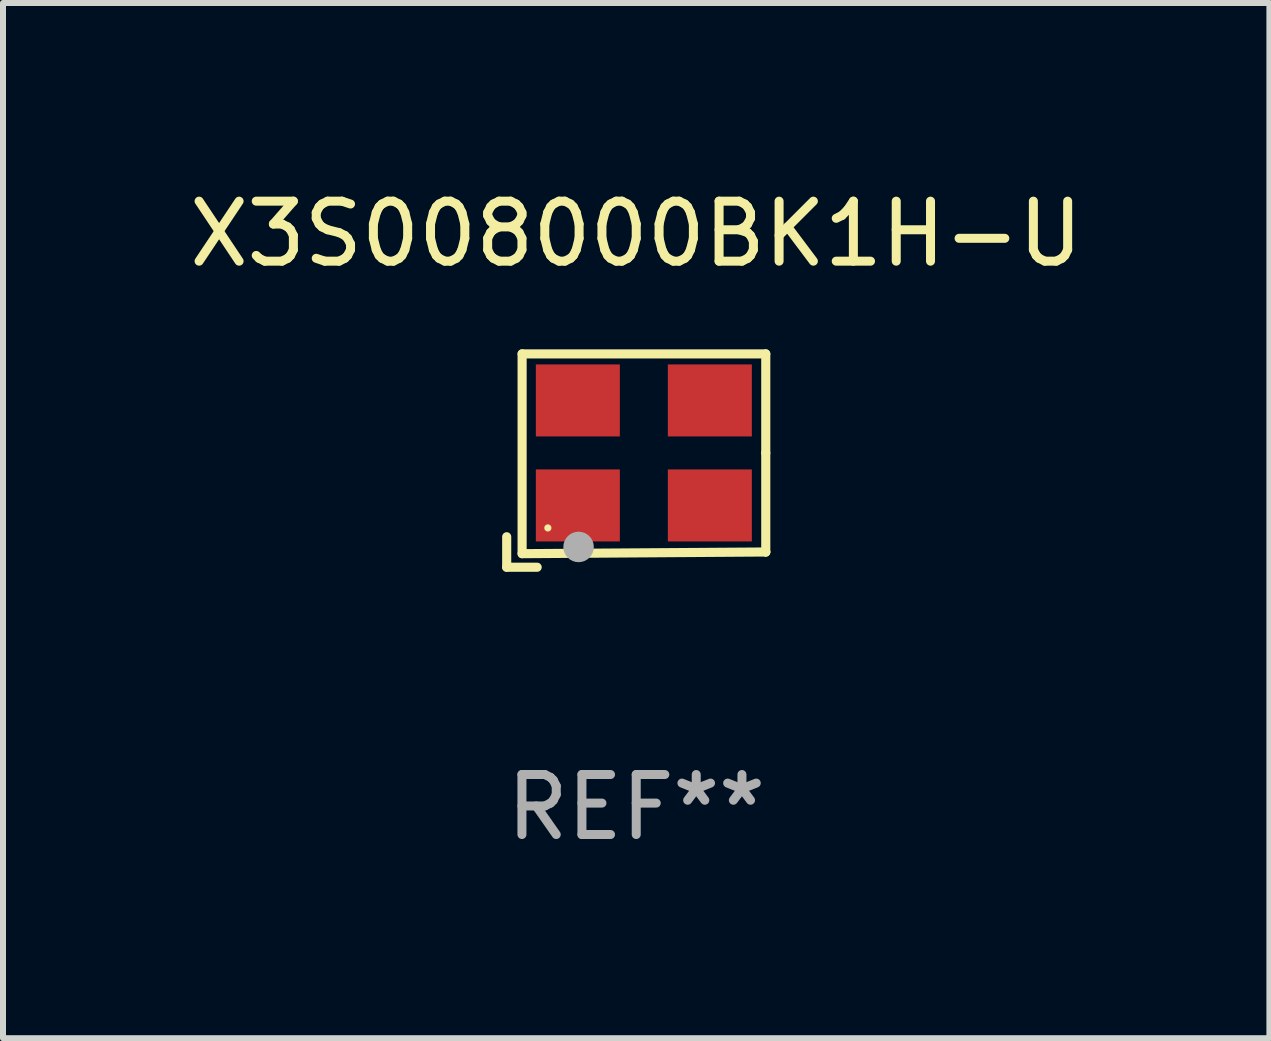
<source format=kicad_pcb>
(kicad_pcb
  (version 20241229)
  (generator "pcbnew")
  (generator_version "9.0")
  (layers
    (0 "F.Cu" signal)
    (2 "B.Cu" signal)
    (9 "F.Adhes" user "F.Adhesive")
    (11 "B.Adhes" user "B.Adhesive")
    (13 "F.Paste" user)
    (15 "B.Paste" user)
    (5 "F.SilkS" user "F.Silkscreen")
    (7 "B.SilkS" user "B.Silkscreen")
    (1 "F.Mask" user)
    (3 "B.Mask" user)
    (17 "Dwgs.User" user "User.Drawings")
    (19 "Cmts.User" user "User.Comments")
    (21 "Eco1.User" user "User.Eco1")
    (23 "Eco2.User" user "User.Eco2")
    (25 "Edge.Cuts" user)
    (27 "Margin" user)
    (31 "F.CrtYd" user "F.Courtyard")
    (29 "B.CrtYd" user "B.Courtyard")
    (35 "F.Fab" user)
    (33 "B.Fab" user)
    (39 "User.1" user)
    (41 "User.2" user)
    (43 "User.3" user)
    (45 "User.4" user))
  (footprint "X3S008000BK1H-U"
    (layer "F.Cu")
    (at 7.554 4.626)
    (property "Reference" "X3S008000BK1H-U" (at 0 -3.778 0) (layer "F.SilkS") (effects (font (size 1 1) (thickness 0.15))))
    (attr through_hole)
    (fp_line (start -2.159 1.27) (end -2.159 1.778) (stroke (width 0.152) (type solid)) (layer "F.SilkS"))
    (fp_line (start -2.159 1.778) (end -1.651 1.778) (stroke (width 0.152) (type solid)) (layer "F.SilkS"))
    (fp_line (start -1.902 -1.778) (end 2.159 -1.778) (stroke (width 0.152) (type solid)) (layer "F.SilkS"))
    (fp_line (start -1.902 1.552) (end -1.902 -1.778) (stroke (width 0.152) (type solid)) (layer "F.SilkS"))
    (fp_line (start 2.159 -1.778) (end 2.159 -0.127) (stroke (width 0.152) (type solid)) (layer "F.SilkS"))
    (fp_line (start 2.159 -0.127) (end 2.159 1.524) (stroke (width 0.152) (type solid)) (layer "F.SilkS"))
    (fp_line (start 2.159 1.524) (end -1.902 1.552) (stroke (width 0.152) (type solid)) (layer "F.SilkS"))
    (fp_line (start 2.159 1.524) (end 2.159 1.524) (stroke (width 0.152) (type solid)) (layer "F.SilkS"))
    (fp_circle (center -1.473 1.123) (end -1.443 1.123) (stroke (width 0.06) (type solid)) (fill no) (layer "F.SilkS"))
    (fp_circle (center -0.961 1.44) (end -0.834 1.44) (stroke (width 0.254) (type solid)) (fill no) (layer "F.Fab"))
    (fp_text user "REF**" (at 0 5.778 0) (layer "F.Fab") (effects (font (size 1 1) (thickness 0.15))))
    (pad "1" smd rect (at -0.973 0.748) (size 1.4 1.2) (layers "F.Cu" "F.Mask" "F.Paste"))
    (pad "2" smd rect (at 1.227 0.748) (size 1.4 1.2) (layers "F.Cu" "F.Mask" "F.Paste"))
    (pad "3" smd rect (at 1.227 -1.002) (size 1.4 1.2) (layers "F.Cu" "F.Mask" "F.Paste"))
    (pad "4" smd rect (at -0.973 -1.002) (size 1.4 1.2) (layers "F.Cu" "F.Mask" "F.Paste")))
  (gr_rect
    (start -3 -3)
    (end 18.107 14.253)
    (stroke (width 0.1) (type default))
    (fill no)
    (layer "Edge.Cuts")))
</source>
